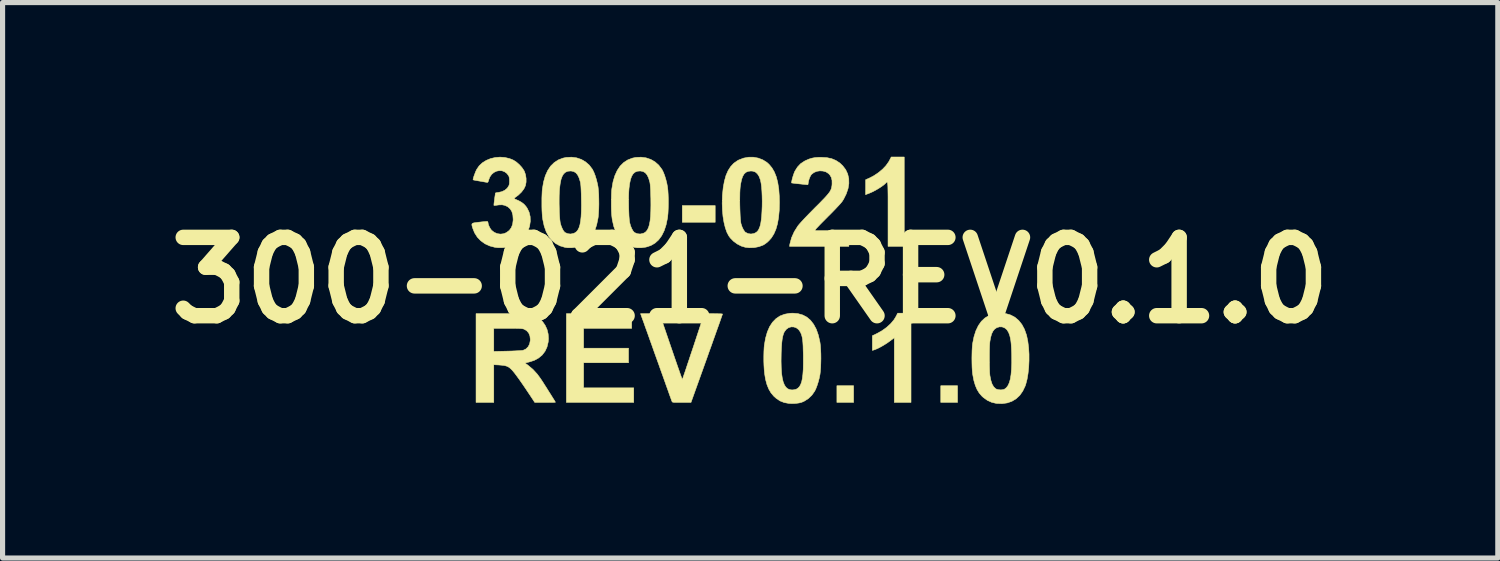
<source format=kicad_pcb>
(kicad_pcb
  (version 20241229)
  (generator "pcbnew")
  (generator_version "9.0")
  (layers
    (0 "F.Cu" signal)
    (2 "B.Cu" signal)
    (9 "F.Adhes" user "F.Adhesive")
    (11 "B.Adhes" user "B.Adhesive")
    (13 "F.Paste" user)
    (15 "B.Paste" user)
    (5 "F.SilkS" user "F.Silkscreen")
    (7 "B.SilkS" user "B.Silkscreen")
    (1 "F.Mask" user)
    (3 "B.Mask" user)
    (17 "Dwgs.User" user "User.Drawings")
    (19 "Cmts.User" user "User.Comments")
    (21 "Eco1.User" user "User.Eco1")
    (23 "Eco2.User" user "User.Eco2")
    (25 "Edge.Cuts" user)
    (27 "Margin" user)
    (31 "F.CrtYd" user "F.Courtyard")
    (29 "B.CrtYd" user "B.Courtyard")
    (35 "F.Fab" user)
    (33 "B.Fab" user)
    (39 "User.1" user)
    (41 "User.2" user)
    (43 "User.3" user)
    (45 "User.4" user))
  (footprint "300-021-REV0.1.0"
    (layer "F.Cu")
    (at 11.546 2.403)
    (property "Reference" "300-021-REV0.1.0" (at 0 0 0) (layer "F.SilkS") (effects (font (size 1.524 1.524) (thickness 0.3))))
    (attr through_hole)
    (fp_poly (pts (xy -0.681 -1.128) (xy -1.321 -1.128) (xy -1.321 -1.453) (xy -0.681 -1.453) (xy -0.681 -1.128)) (stroke (width 0.01) (type solid)) (fill yes) (layer "F.SilkS"))
    (fp_poly (pts (xy 2.012 2.377) (xy 1.687 2.377) (xy 1.687 2.052) (xy 2.012 2.052) (xy 2.012 2.377)) (stroke (width 0.01) (type solid)) (fill yes) (layer "F.SilkS"))
    (fp_poly (pts (xy 4.034 2.377) (xy 3.708 2.377) (xy 3.708 2.052) (xy 4.034 2.052) (xy 4.034 2.377)) (stroke (width 0.01) (type solid)) (fill yes) (layer "F.SilkS"))
    (fp_poly (pts (xy -2.306 0.935) (xy -3.241 0.935) (xy -3.241 1.321) (xy -2.367 1.321) (xy -2.367 1.605) (xy -3.241 1.605) (xy -3.241 2.093) (xy -2.266 2.093) (xy -2.266 2.377) (xy -3.576 2.377) (xy -3.576 0.65) (xy -2.306 0.65) (xy -2.306 0.935)) (stroke (width 0.01) (type solid)) (fill yes) (layer "F.SilkS"))
    (fp_poly (pts (xy 3.129 2.377) (xy 2.804 2.377) (xy 2.804 1.118) (xy 2.712 1.187) (xy 2.664 1.221) (xy 2.609 1.256) (xy 2.551 1.29) (xy 2.494 1.32) (xy 2.445 1.342) (xy 2.407 1.356) (xy 2.405 1.357) (xy 2.377 1.364) (xy 2.377 1.079) (xy 2.461 1.039) (xy 2.562 0.983) (xy 2.653 0.918) (xy 2.733 0.845) (xy 2.798 0.768) (xy 2.837 0.704) (xy 2.87 0.64) (xy 3 0.64) (xy 3.129 0.64) (xy 3.129 2.377)) (stroke (width 0.01) (type solid)) (fill yes) (layer "F.SilkS"))
    (fp_poly (pts (xy 2.997 -2.398) (xy 2.997 -0.66) (xy 2.682 -0.66) (xy 2.682 -1.285) (xy 2.682 -1.417) (xy 2.682 -1.529) (xy 2.682 -1.624) (xy 2.681 -1.703) (xy 2.68 -1.766) (xy 2.679 -1.817) (xy 2.677 -1.854) (xy 2.674 -1.881) (xy 2.67 -1.899) (xy 2.666 -1.908) (xy 2.66 -1.91) (xy 2.654 -1.907) (xy 2.646 -1.9) (xy 2.637 -1.89) (xy 2.636 -1.889) (xy 2.602 -1.858) (xy 2.555 -1.823) (xy 2.498 -1.786) (xy 2.436 -1.75) (xy 2.374 -1.718) (xy 2.316 -1.693) (xy 2.313 -1.692) (xy 2.245 -1.666) (xy 2.246 -1.811) (xy 2.246 -1.956) (xy 2.314 -1.986) (xy 2.408 -2.035) (xy 2.497 -2.095) (xy 2.577 -2.162) (xy 2.644 -2.233) (xy 2.696 -2.307) (xy 2.706 -2.324) (xy 2.744 -2.398) (xy 2.871 -2.398) (xy 2.997 -2.398)) (stroke (width 0.01) (type solid)) (fill yes) (layer "F.SilkS"))
    (fp_poly (pts (xy -0.658 0.651) (xy -0.609 0.652) (xy -0.57 0.653) (xy -0.546 0.655) (xy -0.538 0.657) (xy -0.542 0.668) (xy -0.552 0.696) (xy -0.567 0.74) (xy -0.588 0.8) (xy -0.614 0.873) (xy -0.645 0.959) (xy -0.679 1.055) (xy -0.717 1.161) (xy -0.757 1.275) (xy -0.801 1.396) (xy -0.845 1.521) (xy -1.152 2.377) (xy -1.333 2.377) (xy -1.398 2.377) (xy -1.445 2.377) (xy -1.478 2.376) (xy -1.499 2.373) (xy -1.512 2.37) (xy -1.518 2.364) (xy -1.522 2.356) (xy -1.523 2.355) (xy -1.528 2.342) (xy -1.539 2.311) (xy -1.556 2.264) (xy -1.578 2.203) (xy -1.604 2.129) (xy -1.635 2.043) (xy -1.669 1.947) (xy -1.706 1.843) (xy -1.746 1.732) (xy -1.787 1.616) (xy -1.791 1.605) (xy -1.834 1.486) (xy -1.876 1.369) (xy -1.915 1.258) (xy -1.953 1.153) (xy -1.987 1.056) (xy -2.018 0.97) (xy -2.045 0.896) (xy -2.066 0.835) (xy -2.082 0.791) (xy -2.092 0.765) (xy -2.133 0.65) (xy -1.948 0.65) (xy -1.763 0.651) (xy -1.545 1.29) (xy -1.507 1.4) (xy -1.472 1.503) (xy -1.439 1.598) (xy -1.409 1.685) (xy -1.382 1.761) (xy -1.36 1.825) (xy -1.342 1.875) (xy -1.329 1.91) (xy -1.322 1.928) (xy -1.321 1.93) (xy -1.317 1.921) (xy -1.307 1.894) (xy -1.292 1.85) (xy -1.272 1.792) (xy -1.248 1.722) (xy -1.221 1.639) (xy -1.19 1.548) (xy -1.157 1.447) (xy -1.121 1.341) (xy -1.104 1.29) (xy -0.893 0.65) (xy -0.716 0.65) (xy -0.658 0.651)) (stroke (width 0.01) (type solid)) (fill yes) (layer "F.SilkS"))
    (fp_poly (pts (xy 1.49 -2.386) (xy 1.585 -2.366) (xy 1.668 -2.331) (xy 1.743 -2.282) (xy 1.8 -2.228) (xy 1.858 -2.152) (xy 1.897 -2.068) (xy 1.918 -1.978) (xy 1.92 -1.883) (xy 1.904 -1.784) (xy 1.869 -1.681) (xy 1.816 -1.575) (xy 1.792 -1.537) (xy 1.775 -1.515) (xy 1.746 -1.481) (xy 1.706 -1.438) (xy 1.658 -1.387) (xy 1.604 -1.331) (xy 1.546 -1.272) (xy 1.518 -1.245) (xy 1.461 -1.187) (xy 1.408 -1.134) (xy 1.361 -1.086) (xy 1.322 -1.045) (xy 1.292 -1.014) (xy 1.275 -0.994) (xy 1.271 -0.988) (xy 1.259 -0.965) (xy 1.92 -0.965) (xy 1.92 -0.66) (xy 0.765 -0.66) (xy 0.773 -0.709) (xy 0.805 -0.828) (xy 0.857 -0.944) (xy 0.928 -1.057) (xy 0.937 -1.068) (xy 0.959 -1.095) (xy 0.993 -1.133) (xy 1.037 -1.181) (xy 1.09 -1.237) (xy 1.148 -1.297) (xy 1.211 -1.361) (xy 1.265 -1.416) (xy 1.342 -1.492) (xy 1.405 -1.557) (xy 1.456 -1.61) (xy 1.497 -1.656) (xy 1.528 -1.694) (xy 1.552 -1.727) (xy 1.568 -1.757) (xy 1.579 -1.785) (xy 1.586 -1.814) (xy 1.591 -1.846) (xy 1.593 -1.875) (xy 1.592 -1.945) (xy 1.578 -2.002) (xy 1.55 -2.049) (xy 1.525 -2.076) (xy 1.476 -2.108) (xy 1.418 -2.125) (xy 1.356 -2.129) (xy 1.296 -2.12) (xy 1.241 -2.097) (xy 1.195 -2.062) (xy 1.185 -2.05) (xy 1.166 -2.017) (xy 1.148 -1.973) (xy 1.135 -1.928) (xy 1.128 -1.889) (xy 1.128 -1.883) (xy 1.125 -1.865) (xy 1.119 -1.859) (xy 1.105 -1.86) (xy 1.075 -1.863) (xy 1.035 -1.867) (xy 0.989 -1.872) (xy 0.94 -1.877) (xy 0.893 -1.882) (xy 0.853 -1.887) (xy 0.823 -1.891) (xy 0.807 -1.893) (xy 0.806 -1.893) (xy 0.805 -1.906) (xy 0.81 -1.934) (xy 0.818 -1.971) (xy 0.83 -2.014) (xy 0.844 -2.057) (xy 0.858 -2.096) (xy 0.87 -2.123) (xy 0.92 -2.203) (xy 0.981 -2.268) (xy 1.058 -2.319) (xy 1.08 -2.33) (xy 1.144 -2.358) (xy 1.203 -2.376) (xy 1.264 -2.387) (xy 1.335 -2.392) (xy 1.382 -2.392) (xy 1.49 -2.386)) (stroke (width 0.01) (type solid)) (fill yes) (layer "F.SilkS"))
    (fp_poly (pts (xy 0.064 -2.394) (xy 0.157 -2.377) (xy 0.245 -2.343) (xy 0.324 -2.294) (xy 0.366 -2.256) (xy 0.423 -2.188) (xy 0.47 -2.107) (xy 0.508 -2.012) (xy 0.536 -1.902) (xy 0.556 -1.777) (xy 0.566 -1.635) (xy 0.569 -1.514) (xy 0.565 -1.359) (xy 0.552 -1.221) (xy 0.531 -1.1) (xy 0.501 -0.994) (xy 0.461 -0.902) (xy 0.412 -0.824) (xy 0.365 -0.771) (xy 0.33 -0.738) (xy 0.29 -0.708) (xy 0.255 -0.686) (xy 0.255 -0.686) (xy 0.17 -0.654) (xy 0.077 -0.636) (xy -0.02 -0.633) (xy -0.096 -0.642) (xy -0.175 -0.666) (xy -0.252 -0.706) (xy -0.325 -0.76) (xy -0.386 -0.822) (xy -0.417 -0.864) (xy -0.454 -0.935) (xy -0.485 -1.024) (xy -0.51 -1.127) (xy -0.529 -1.242) (xy -0.54 -1.366) (xy -0.545 -1.497) (xy -0.543 -1.555) (xy -0.203 -1.555) (xy -0.202 -1.473) (xy -0.2 -1.391) (xy -0.197 -1.312) (xy -0.194 -1.241) (xy -0.189 -1.179) (xy -0.184 -1.132) (xy -0.179 -1.102) (xy -0.157 -1.036) (xy -0.131 -0.983) (xy -0.104 -0.944) (xy -0.09 -0.932) (xy -0.041 -0.908) (xy 0.015 -0.9) (xy 0.072 -0.909) (xy 0.108 -0.926) (xy 0.136 -0.947) (xy 0.158 -0.974) (xy 0.177 -1.013) (xy 0.192 -1.053) (xy 0.205 -1.105) (xy 0.215 -1.173) (xy 0.224 -1.254) (xy 0.229 -1.344) (xy 0.233 -1.441) (xy 0.234 -1.54) (xy 0.232 -1.638) (xy 0.228 -1.731) (xy 0.222 -1.815) (xy 0.212 -1.888) (xy 0.201 -1.945) (xy 0.199 -1.952) (xy 0.173 -2.021) (xy 0.14 -2.072) (xy 0.101 -2.106) (xy 0.052 -2.123) (xy 0.015 -2.126) (xy -0.038 -2.12) (xy -0.081 -2.102) (xy -0.117 -2.07) (xy -0.146 -2.022) (xy -0.168 -1.958) (xy -0.185 -1.876) (xy -0.194 -1.815) (xy -0.198 -1.767) (xy -0.201 -1.705) (xy -0.202 -1.633) (xy -0.203 -1.555) (xy -0.543 -1.555) (xy -0.541 -1.631) (xy -0.54 -1.656) (xy -0.525 -1.801) (xy -0.502 -1.928) (xy -0.471 -2.039) (xy -0.43 -2.133) (xy -0.38 -2.211) (xy -0.32 -2.276) (xy -0.249 -2.326) (xy -0.219 -2.342) (xy -0.127 -2.377) (xy -0.032 -2.394) (xy 0.064 -2.394)) (stroke (width 0.01) (type solid)) (fill yes) (layer "F.SilkS"))
    (fp_poly (pts (xy 4.975 0.649) (xy 5.068 0.676) (xy 5.151 0.72) (xy 5.224 0.782) (xy 5.286 0.86) (xy 5.336 0.953) (xy 5.375 1.063) (xy 5.38 1.082) (xy 5.402 1.19) (xy 5.417 1.31) (xy 5.425 1.436) (xy 5.425 1.565) (xy 5.419 1.692) (xy 5.406 1.814) (xy 5.387 1.927) (xy 5.361 2.026) (xy 5.35 2.058) (xy 5.303 2.156) (xy 5.245 2.239) (xy 5.174 2.305) (xy 5.093 2.354) (xy 5.002 2.386) (xy 4.901 2.4) (xy 4.791 2.396) (xy 4.79 2.396) (xy 4.7 2.375) (xy 4.614 2.336) (xy 4.535 2.279) (xy 4.507 2.253) (xy 4.456 2.194) (xy 4.414 2.125) (xy 4.38 2.045) (xy 4.352 1.951) (xy 4.331 1.841) (xy 4.326 1.811) (xy 4.321 1.758) (xy 4.317 1.69) (xy 4.315 1.612) (xy 4.314 1.529) (xy 4.314 1.512) (xy 4.654 1.512) (xy 4.654 1.593) (xy 4.655 1.67) (xy 4.657 1.741) (xy 4.659 1.8) (xy 4.663 1.844) (xy 4.664 1.853) (xy 4.682 1.945) (xy 4.706 2.019) (xy 4.738 2.074) (xy 4.776 2.11) (xy 4.788 2.117) (xy 4.828 2.129) (xy 4.876 2.133) (xy 4.921 2.128) (xy 4.947 2.119) (xy 4.984 2.091) (xy 5.015 2.05) (xy 5.041 1.994) (xy 5.061 1.923) (xy 5.075 1.836) (xy 5.084 1.731) (xy 5.089 1.609) (xy 5.088 1.467) (xy 5.087 1.417) (xy 5.083 1.32) (xy 5.078 1.241) (xy 5.071 1.175) (xy 5.061 1.12) (xy 5.049 1.072) (xy 5.033 1.029) (xy 5.025 1.01) (xy 4.993 0.96) (xy 4.95 0.926) (xy 4.901 0.907) (xy 4.849 0.906) (xy 4.797 0.922) (xy 4.755 0.951) (xy 4.723 0.991) (xy 4.697 1.045) (xy 4.677 1.117) (xy 4.664 1.192) (xy 4.66 1.231) (xy 4.657 1.287) (xy 4.655 1.355) (xy 4.654 1.431) (xy 4.654 1.512) (xy 4.314 1.512) (xy 4.315 1.446) (xy 4.317 1.367) (xy 4.321 1.298) (xy 4.326 1.243) (xy 4.327 1.234) (xy 4.354 1.1) (xy 4.391 0.983) (xy 4.439 0.883) (xy 4.497 0.8) (xy 4.566 0.735) (xy 4.645 0.686) (xy 4.736 0.655) (xy 4.837 0.641) (xy 4.873 0.64) (xy 4.975 0.649)) (stroke (width 0.01) (type solid)) (fill yes) (layer "F.SilkS"))
    (fp_poly (pts (xy -4.742 0.65) (xy -4.635 0.651) (xy -4.544 0.652) (xy -4.468 0.654) (xy -4.404 0.657) (xy -4.351 0.661) (xy -4.307 0.667) (xy -4.269 0.673) (xy -4.236 0.681) (xy -4.206 0.691) (xy -4.177 0.703) (xy -4.171 0.706) (xy -4.1 0.748) (xy -4.039 0.805) (xy -3.99 0.876) (xy -3.953 0.956) (xy -3.931 1.044) (xy -3.925 1.136) (xy -3.93 1.201) (xy -3.953 1.298) (xy -3.992 1.382) (xy -4.047 1.454) (xy -4.118 1.513) (xy -4.203 1.559) (xy -4.304 1.591) (xy -4.304 1.591) (xy -4.339 1.599) (xy -4.365 1.606) (xy -4.377 1.61) (xy -4.377 1.61) (xy -4.371 1.617) (xy -4.352 1.632) (xy -4.323 1.653) (xy -4.316 1.659) (xy -4.227 1.734) (xy -4.142 1.827) (xy -4.078 1.915) (xy -4.055 1.949) (xy -4.027 1.992) (xy -3.995 2.043) (xy -3.96 2.097) (xy -3.925 2.154) (xy -3.89 2.209) (xy -3.858 2.26) (xy -3.83 2.305) (xy -3.808 2.34) (xy -3.794 2.364) (xy -3.79 2.373) (xy -3.799 2.374) (xy -3.826 2.376) (xy -3.867 2.376) (xy -3.92 2.377) (xy -3.98 2.377) (xy -3.99 2.377) (xy -4.191 2.377) (xy -4.246 2.293) (xy -4.314 2.191) (xy -4.379 2.094) (xy -4.44 2.005) (xy -4.495 1.926) (xy -4.545 1.858) (xy -4.586 1.803) (xy -4.62 1.762) (xy -4.638 1.742) (xy -4.673 1.709) (xy -4.707 1.685) (xy -4.743 1.669) (xy -4.786 1.658) (xy -4.842 1.652) (xy -4.889 1.648) (xy -4.989 1.643) (xy -4.989 2.377) (xy -5.334 2.377) (xy -5.334 0.935) (xy -4.989 0.935) (xy -4.989 1.385) (xy -4.722 1.379) (xy -4.647 1.377) (xy -4.578 1.374) (xy -4.517 1.371) (xy -4.468 1.368) (xy -4.433 1.365) (xy -4.417 1.362) (xy -4.362 1.336) (xy -4.32 1.294) (xy -4.292 1.24) (xy -4.279 1.174) (xy -4.278 1.15) (xy -4.286 1.082) (xy -4.31 1.025) (xy -4.35 0.98) (xy -4.402 0.95) (xy -4.417 0.946) (xy -4.437 0.942) (xy -4.466 0.939) (xy -4.505 0.937) (xy -4.557 0.936) (xy -4.624 0.935) (xy -4.709 0.935) (xy -4.989 0.935) (xy -5.334 0.935) (xy -5.334 0.65) (xy -4.868 0.65) (xy -4.742 0.65)) (stroke (width 0.01) (type solid)) (fill yes) (layer "F.SilkS"))
    (fp_poly (pts (xy -3.377 -2.382) (xy -3.285 -2.351) (xy -3.203 -2.303) (xy -3.13 -2.239) (xy -3.07 -2.159) (xy -3.065 -2.15) (xy -3.04 -2.099) (xy -3.015 -2.034) (xy -2.992 -1.959) (xy -2.973 -1.882) (xy -2.96 -1.817) (xy -2.953 -1.75) (xy -2.947 -1.668) (xy -2.945 -1.578) (xy -2.944 -1.483) (xy -2.946 -1.391) (xy -2.951 -1.305) (xy -2.957 -1.233) (xy -2.96 -1.211) (xy -2.987 -1.079) (xy -3.025 -0.964) (xy -3.074 -0.867) (xy -3.133 -0.786) (xy -3.203 -0.723) (xy -3.285 -0.676) (xy -3.377 -0.646) (xy -3.382 -0.645) (xy -3.467 -0.633) (xy -3.551 -0.633) (xy -3.602 -0.64) (xy -3.699 -0.669) (xy -3.784 -0.714) (xy -3.858 -0.775) (xy -3.919 -0.851) (xy -3.969 -0.944) (xy -4.008 -1.054) (xy -4.035 -1.18) (xy -4.043 -1.234) (xy -4.047 -1.288) (xy -4.051 -1.357) (xy -4.053 -1.436) (xy -4.053 -1.518) (xy -4.053 -1.574) (xy -3.717 -1.574) (xy -3.717 -1.49) (xy -3.715 -1.405) (xy -3.713 -1.324) (xy -3.709 -1.249) (xy -3.704 -1.185) (xy -3.698 -1.136) (xy -3.695 -1.116) (xy -3.678 -1.058) (xy -3.656 -1.005) (xy -3.632 -0.961) (xy -3.607 -0.932) (xy -3.601 -0.928) (xy -3.549 -0.906) (xy -3.492 -0.9) (xy -3.435 -0.912) (xy -3.409 -0.924) (xy -3.377 -0.947) (xy -3.351 -0.981) (xy -3.329 -1.026) (xy -3.312 -1.083) (xy -3.299 -1.154) (xy -3.29 -1.24) (xy -3.285 -1.342) (xy -3.283 -1.462) (xy -3.285 -1.59) (xy -3.287 -1.684) (xy -3.29 -1.76) (xy -3.293 -1.82) (xy -3.297 -1.866) (xy -3.302 -1.901) (xy -3.306 -1.917) (xy -3.33 -1.994) (xy -3.358 -2.051) (xy -3.392 -2.091) (xy -3.434 -2.116) (xy -3.484 -2.126) (xy -3.499 -2.126) (xy -3.551 -2.121) (xy -3.594 -2.102) (xy -3.63 -2.07) (xy -3.658 -2.023) (xy -3.681 -1.96) (xy -3.697 -1.879) (xy -3.709 -1.784) (xy -3.713 -1.725) (xy -3.716 -1.653) (xy -3.717 -1.574) (xy -4.053 -1.574) (xy -4.053 -1.6) (xy -4.05 -1.676) (xy -4.047 -1.741) (xy -4.043 -1.778) (xy -4.02 -1.914) (xy -3.986 -2.033) (xy -3.94 -2.135) (xy -3.883 -2.221) (xy -3.814 -2.289) (xy -3.735 -2.341) (xy -3.645 -2.376) (xy -3.579 -2.39) (xy -3.475 -2.395) (xy -3.377 -2.382)) (stroke (width 0.01) (type solid)) (fill yes) (layer "F.SilkS"))
    (fp_poly (pts (xy -2.026 -2.382) (xy -1.934 -2.351) (xy -1.851 -2.303) (xy -1.779 -2.239) (xy -1.719 -2.159) (xy -1.713 -2.15) (xy -1.688 -2.099) (xy -1.663 -2.034) (xy -1.64 -1.959) (xy -1.621 -1.882) (xy -1.609 -1.817) (xy -1.601 -1.75) (xy -1.596 -1.668) (xy -1.593 -1.578) (xy -1.593 -1.483) (xy -1.595 -1.391) (xy -1.599 -1.305) (xy -1.606 -1.233) (xy -1.609 -1.211) (xy -1.636 -1.079) (xy -1.674 -0.964) (xy -1.722 -0.867) (xy -1.782 -0.786) (xy -1.852 -0.723) (xy -1.933 -0.676) (xy -2.026 -0.646) (xy -2.031 -0.645) (xy -2.116 -0.633) (xy -2.2 -0.633) (xy -2.25 -0.64) (xy -2.348 -0.669) (xy -2.433 -0.714) (xy -2.506 -0.775) (xy -2.568 -0.851) (xy -2.618 -0.944) (xy -2.656 -1.054) (xy -2.684 -1.18) (xy -2.691 -1.234) (xy -2.696 -1.288) (xy -2.7 -1.357) (xy -2.702 -1.436) (xy -2.702 -1.518) (xy -2.702 -1.574) (xy -2.366 -1.574) (xy -2.365 -1.49) (xy -2.364 -1.405) (xy -2.361 -1.324) (xy -2.358 -1.249) (xy -2.353 -1.185) (xy -2.347 -1.136) (xy -2.343 -1.116) (xy -2.327 -1.058) (xy -2.305 -1.005) (xy -2.28 -0.961) (xy -2.255 -0.932) (xy -2.25 -0.928) (xy -2.198 -0.906) (xy -2.14 -0.9) (xy -2.084 -0.912) (xy -2.057 -0.924) (xy -2.026 -0.947) (xy -2 -0.981) (xy -1.978 -1.026) (xy -1.961 -1.083) (xy -1.948 -1.154) (xy -1.939 -1.24) (xy -1.934 -1.342) (xy -1.932 -1.462) (xy -1.933 -1.59) (xy -1.936 -1.684) (xy -1.938 -1.76) (xy -1.942 -1.82) (xy -1.946 -1.866) (xy -1.951 -1.901) (xy -1.955 -1.917) (xy -1.978 -1.994) (xy -2.007 -2.051) (xy -2.041 -2.091) (xy -2.083 -2.116) (xy -2.133 -2.126) (xy -2.148 -2.126) (xy -2.2 -2.121) (xy -2.243 -2.102) (xy -2.278 -2.07) (xy -2.307 -2.023) (xy -2.329 -1.96) (xy -2.346 -1.879) (xy -2.358 -1.784) (xy -2.362 -1.725) (xy -2.365 -1.653) (xy -2.366 -1.574) (xy -2.702 -1.574) (xy -2.701 -1.6) (xy -2.699 -1.676) (xy -2.696 -1.741) (xy -2.692 -1.778) (xy -2.669 -1.914) (xy -2.634 -2.033) (xy -2.588 -2.135) (xy -2.531 -2.221) (xy -2.463 -2.289) (xy -2.384 -2.341) (xy -2.293 -2.376) (xy -2.228 -2.39) (xy -2.124 -2.395) (xy -2.026 -2.382)) (stroke (width 0.01) (type solid)) (fill yes) (layer "F.SilkS"))
    (fp_poly (pts (xy 0.929 0.649) (xy 1.021 0.675) (xy 1.103 0.718) (xy 1.174 0.779) (xy 1.235 0.858) (xy 1.286 0.953) (xy 1.326 1.067) (xy 1.356 1.198) (xy 1.358 1.209) (xy 1.366 1.269) (xy 1.371 1.345) (xy 1.375 1.431) (xy 1.376 1.522) (xy 1.374 1.613) (xy 1.371 1.699) (xy 1.365 1.774) (xy 1.358 1.833) (xy 1.343 1.907) (xy 1.323 1.982) (xy 1.3 2.053) (xy 1.276 2.115) (xy 1.254 2.159) (xy 1.199 2.237) (xy 1.131 2.302) (xy 1.054 2.351) (xy 1.005 2.373) (xy 0.952 2.387) (xy 0.886 2.396) (xy 0.816 2.399) (xy 0.752 2.396) (xy 0.661 2.379) (xy 0.58 2.347) (xy 0.507 2.298) (xy 0.459 2.255) (xy 0.405 2.191) (xy 0.361 2.116) (xy 0.326 2.029) (xy 0.298 1.926) (xy 0.28 1.813) (xy 0.273 1.743) (xy 0.268 1.659) (xy 0.265 1.574) (xy 0.601 1.574) (xy 0.604 1.701) (xy 0.611 1.81) (xy 0.624 1.902) (xy 0.642 1.977) (xy 0.666 2.037) (xy 0.695 2.081) (xy 0.731 2.112) (xy 0.773 2.129) (xy 0.816 2.134) (xy 0.855 2.13) (xy 0.891 2.121) (xy 0.901 2.117) (xy 0.933 2.096) (xy 0.961 2.066) (xy 0.983 2.026) (xy 1.002 1.974) (xy 1.015 1.91) (xy 1.025 1.83) (xy 1.032 1.735) (xy 1.034 1.623) (xy 1.034 1.492) (xy 1.034 1.457) (xy 1.031 1.358) (xy 1.029 1.278) (xy 1.025 1.212) (xy 1.02 1.158) (xy 1.013 1.115) (xy 1.004 1.078) (xy 0.993 1.045) (xy 0.979 1.014) (xy 0.976 1.007) (xy 0.941 0.958) (xy 0.897 0.925) (xy 0.848 0.908) (xy 0.797 0.907) (xy 0.747 0.922) (xy 0.703 0.953) (xy 0.667 1) (xy 0.663 1.006) (xy 0.647 1.044) (xy 0.634 1.089) (xy 0.623 1.145) (xy 0.615 1.212) (xy 0.609 1.293) (xy 0.604 1.392) (xy 0.603 1.427) (xy 0.601 1.574) (xy 0.265 1.574) (xy 0.265 1.568) (xy 0.265 1.475) (xy 0.267 1.386) (xy 0.271 1.308) (xy 0.275 1.265) (xy 0.299 1.127) (xy 0.333 1.007) (xy 0.378 0.903) (xy 0.434 0.817) (xy 0.501 0.748) (xy 0.579 0.695) (xy 0.668 0.661) (xy 0.767 0.643) (xy 0.826 0.64) (xy 0.929 0.649)) (stroke (width 0.01) (type solid)) (fill yes) (layer "F.SilkS"))
    (fp_poly (pts (xy -4.773 -2.389) (xy -4.68 -2.367) (xy -4.605 -2.336) (xy -4.548 -2.299) (xy -4.491 -2.249) (xy -4.44 -2.192) (xy -4.401 -2.134) (xy -4.392 -2.116) (xy -4.371 -2.053) (xy -4.36 -1.982) (xy -4.36 -1.91) (xy -4.372 -1.845) (xy -4.374 -1.839) (xy -4.403 -1.778) (xy -4.45 -1.716) (xy -4.51 -1.658) (xy -4.538 -1.637) (xy -4.57 -1.614) (xy -4.587 -1.599) (xy -4.592 -1.59) (xy -4.587 -1.584) (xy -4.58 -1.581) (xy -4.506 -1.549) (xy -4.449 -1.517) (xy -4.403 -1.482) (xy -4.366 -1.441) (xy -4.34 -1.404) (xy -4.302 -1.326) (xy -4.281 -1.239) (xy -4.278 -1.148) (xy -4.292 -1.053) (xy -4.324 -0.959) (xy -4.331 -0.945) (xy -4.366 -0.887) (xy -4.415 -0.827) (xy -4.473 -0.77) (xy -4.535 -0.722) (xy -4.586 -0.693) (xy -4.687 -0.655) (xy -4.795 -0.635) (xy -4.906 -0.634) (xy -4.966 -0.641) (xy -5.068 -0.668) (xy -5.16 -0.71) (xy -5.241 -0.768) (xy -5.309 -0.839) (xy -5.362 -0.922) (xy -5.395 -1.004) (xy -5.408 -1.044) (xy -5.415 -1.074) (xy -5.414 -1.094) (xy -5.403 -1.107) (xy -5.38 -1.116) (xy -5.341 -1.122) (xy -5.286 -1.129) (xy -5.268 -1.131) (xy -5.215 -1.137) (xy -5.169 -1.141) (xy -5.134 -1.144) (xy -5.114 -1.144) (xy -5.11 -1.143) (xy -5.102 -1.129) (xy -5.1 -1.114) (xy -5.094 -1.084) (xy -5.078 -1.046) (xy -5.057 -1.007) (xy -5.034 -0.975) (xy -5.031 -0.972) (xy -4.98 -0.932) (xy -4.921 -0.907) (xy -4.857 -0.898) (xy -4.794 -0.906) (xy -4.742 -0.928) (xy -4.687 -0.97) (xy -4.647 -1.024) (xy -4.622 -1.09) (xy -4.612 -1.169) (xy -4.612 -1.189) (xy -4.618 -1.27) (xy -4.637 -1.336) (xy -4.669 -1.388) (xy -4.715 -1.429) (xy -4.727 -1.436) (xy -4.776 -1.458) (xy -4.825 -1.468) (xy -4.883 -1.467) (xy -4.913 -1.463) (xy -4.948 -1.458) (xy -4.974 -1.456) (xy -4.985 -1.456) (xy -4.985 -1.456) (xy -4.986 -1.468) (xy -4.984 -1.495) (xy -4.979 -1.533) (xy -4.974 -1.574) (xy -4.968 -1.62) (xy -4.962 -1.659) (xy -4.959 -1.685) (xy -4.958 -1.696) (xy -4.949 -1.701) (xy -4.925 -1.706) (xy -4.899 -1.709) (xy -4.832 -1.724) (xy -4.773 -1.752) (xy -4.726 -1.792) (xy -4.695 -1.842) (xy -4.692 -1.848) (xy -4.685 -1.881) (xy -4.683 -1.923) (xy -4.684 -1.968) (xy -4.69 -2.007) (xy -4.697 -2.029) (xy -4.733 -2.078) (xy -4.778 -2.111) (xy -4.828 -2.13) (xy -4.882 -2.133) (xy -4.935 -2.123) (xy -4.986 -2.098) (xy -5.03 -2.061) (xy -5.065 -2.011) (xy -5.084 -1.963) (xy -5.094 -1.929) (xy -5.103 -1.91) (xy -5.112 -1.904) (xy -5.124 -1.905) (xy -5.142 -1.908) (xy -5.176 -1.914) (xy -5.22 -1.922) (xy -5.267 -1.93) (xy -5.314 -1.938) (xy -5.353 -1.945) (xy -5.38 -1.951) (xy -5.391 -1.954) (xy -5.391 -1.954) (xy -5.391 -1.966) (xy -5.385 -1.992) (xy -5.374 -2.028) (xy -5.359 -2.068) (xy -5.344 -2.108) (xy -5.328 -2.144) (xy -5.321 -2.157) (xy -5.273 -2.227) (xy -5.211 -2.285) (xy -5.136 -2.332) (xy -5.052 -2.367) (xy -4.962 -2.388) (xy -4.868 -2.396) (xy -4.773 -2.389)) (stroke (width 0.01) (type solid)) (fill yes) (layer "F.SilkS")))
  (gr_rect
    (start -3 -3)
    (end 26.092 7.807)
    (stroke (width 0.1) (type default))
    (fill no)
    (layer "Edge.Cuts")))
</source>
